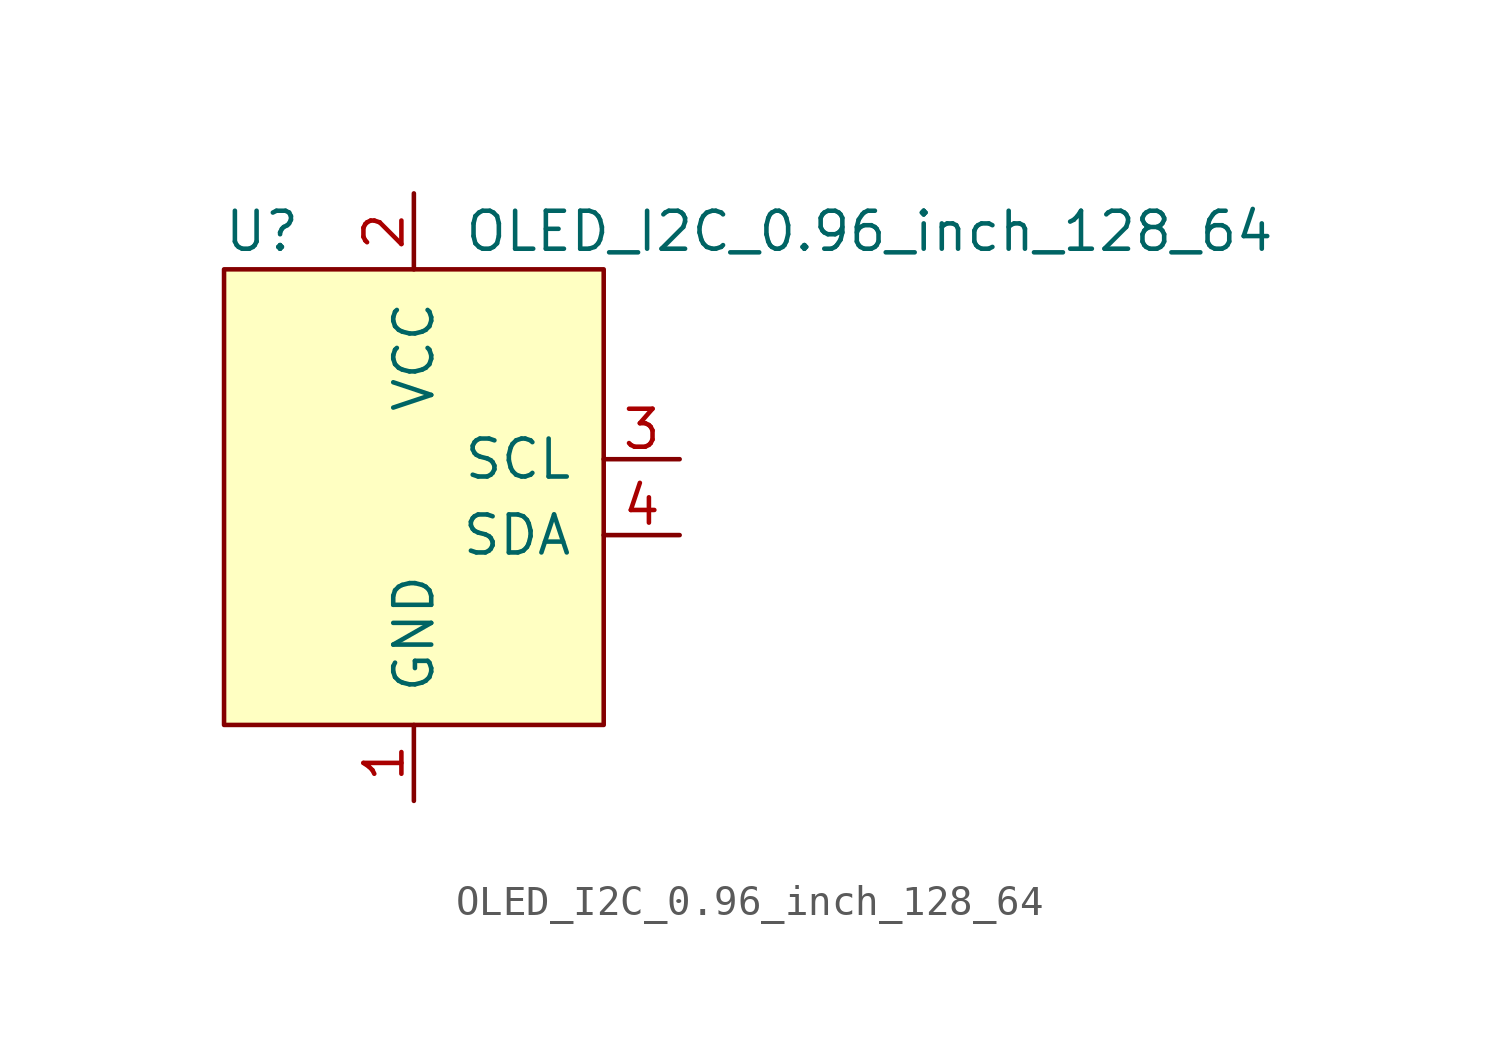
<source format=kicad_sym>
(kicad_symbol_lib
  (version 20211014)
  (generator kicad_symbol_editor)
  (symbol "OLED_I2C_0.96_inch_128_64"
    (pin_names
      (offset 1.016))
    (property "Reference" "U"
      (at -5.08 8.89 0)
      (effects (font (size 1.27 1.27))))
    (property "Value" "OLED_I2C_0.96_inch_128_64"
      (at 15.24 8.89 0)
      (effects (font (size 1.27 1.27))))
    (symbol "OLED_I2C_0.96_inch_128_64_0_1"
      (rectangle (start -6.35 7.62) (end 6.35 -7.62) (stroke (width 0) (type default) (color 0 0 0 0)) (fill (type background))))
    (symbol "OLED_I2C_0.96_inch_128_64_1_1"
      (pin power_in line (at 0 -10.16 90) (length 2.54) (name "GND" (effects (font (size 1.27 1.27)))) (number "1" (effects (font (size 1.27 1.27)))))
      (pin power_in line (at 0 10.16 270) (length 2.54) (name "VCC" (effects (font (size 1.27 1.27)))) (number "2" (effects (font (size 1.27 1.27)))))
      (pin input line (at 8.89 1.27 180) (length 2.54) (name "SCL" (effects (font (size 1.27 1.27)))) (number "3" (effects (font (size 1.27 1.27)))))
      (pin bidirectional line (at 8.89 -1.27 180) (length 2.54) (name "SDA" (effects (font (size 1.27 1.27)))) (number "4" (effects (font (size 1.27 1.27))))))))
</source>
